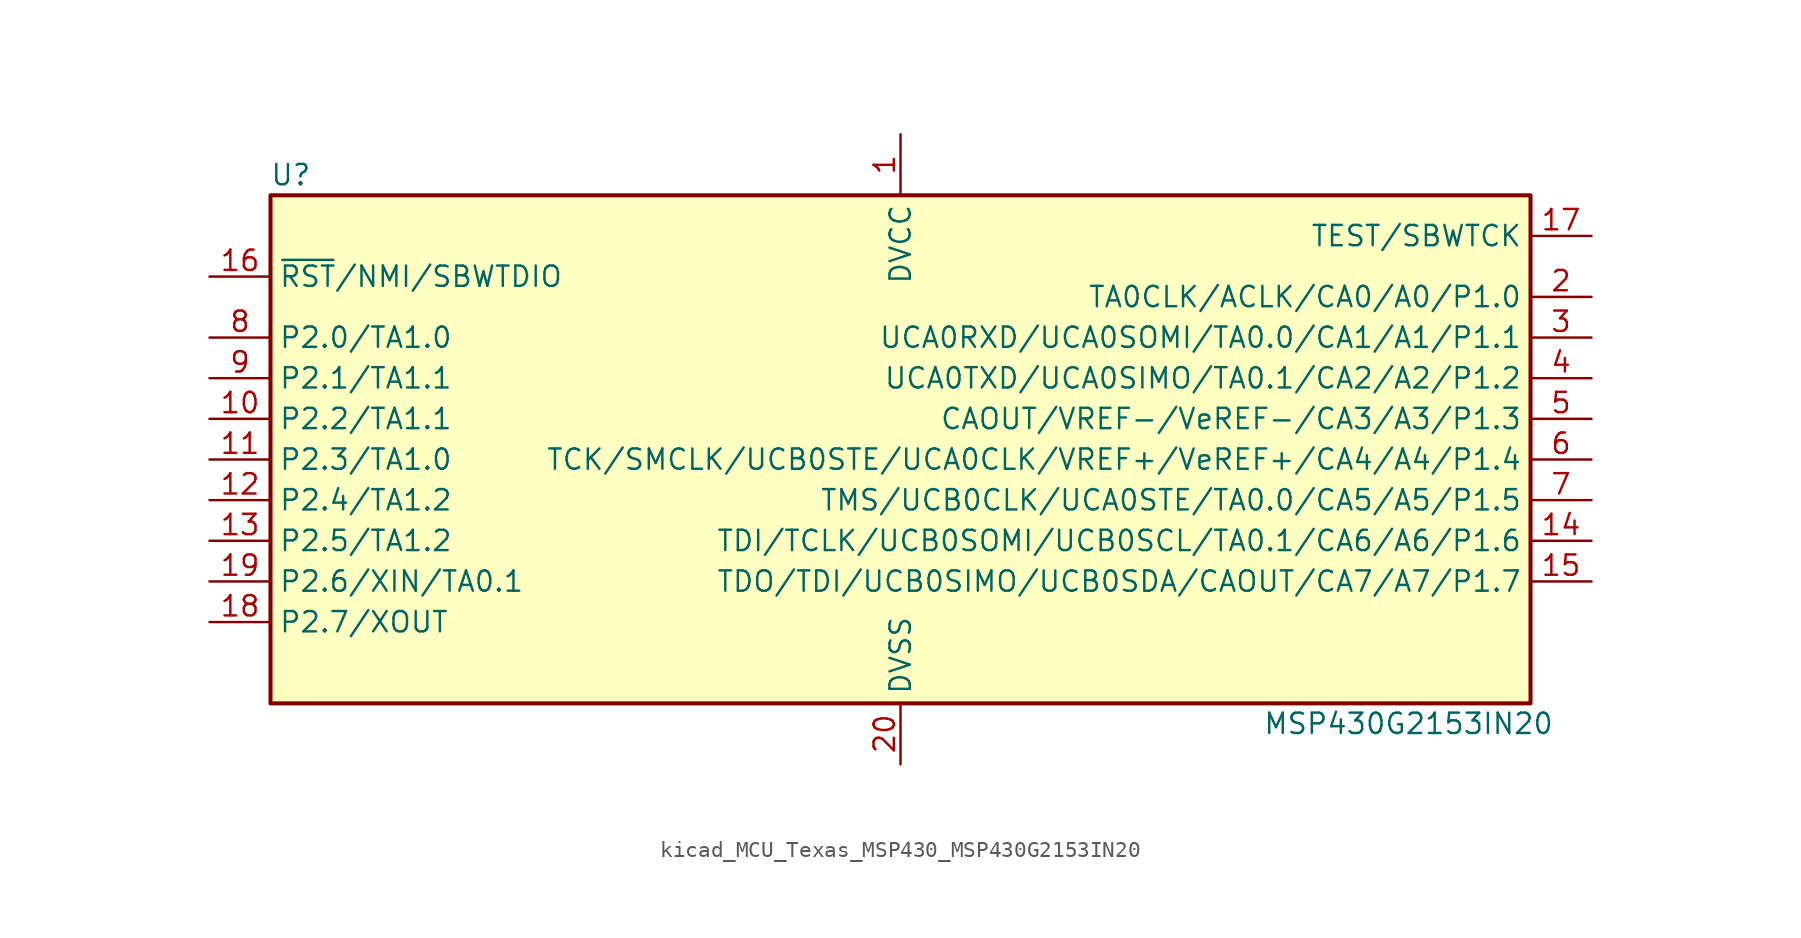
<source format=kicad_sym>
(kicad_symbol_lib
  (version 20220914)
  (generator kicad_symbol_editor)
  (symbol "kicad_MCU_Texas_MSP430_MSP430G2153IN20"
    (property "Reference" "U"
      (at -38.1 17.78 0)
      (effects (font (size 1.27 1.27))))
    (property "Value" "MSP430G2153IN20"
      (at 31.75 -16.51 0)
      (effects (font (size 1.27 1.27))))
    (symbol "kicad_MCU_Texas_MSP430_MSP430G2153IN20_0_1"
      (rectangle (start -39.37 16.51) (end 39.37 -15.24) (stroke (width 0.254) (type default)) (fill (type background))))
    (symbol "kicad_MCU_Texas_MSP430_MSP430G2153IN20_1_1"
      (pin power_in line (at 0 20.32 270) (length 3.81) (name "DVCC" (effects (font (size 1.27 1.27)))) (number "1" (effects (font (size 1.27 1.27)))))
      (pin bidirectional line (at -43.18 2.54 0) (length 3.81) (name "P2.2/TA1.1" (effects (font (size 1.27 1.27)))) (number "10" (effects (font (size 1.27 1.27)))))
      (pin bidirectional line (at -43.18 0 0) (length 3.81) (name "P2.3/TA1.0" (effects (font (size 1.27 1.27)))) (number "11" (effects (font (size 1.27 1.27)))))
      (pin bidirectional line (at -43.18 -2.54 0) (length 3.81) (name "P2.4/TA1.2" (effects (font (size 1.27 1.27)))) (number "12" (effects (font (size 1.27 1.27)))))
      (pin bidirectional line (at -43.18 -5.08 0) (length 3.81) (name "P2.5/TA1.2" (effects (font (size 1.27 1.27)))) (number "13" (effects (font (size 1.27 1.27)))))
      (pin bidirectional line (at 43.18 -5.08 180) (length 3.81) (name "TDI/TCLK/UCB0SOMI/UCB0SCL/TA0.1/CA6/A6/P1.6" (effects (font (size 1.27 1.27)))) (number "14" (effects (font (size 1.27 1.27)))))
      (pin bidirectional line (at 43.18 -7.62 180) (length 3.81) (name "TDO/TDI/UCB0SIMO/UCB0SDA/CAOUT/CA7/A7/P1.7" (effects (font (size 1.27 1.27)))) (number "15" (effects (font (size 1.27 1.27)))))
      (pin input line (at -43.18 11.43 0) (length 3.81) (name "~{RST}/NMI/SBWTDIO" (effects (font (size 1.27 1.27)))) (number "16" (effects (font (size 1.27 1.27)))))
      (pin input line (at 43.18 13.97 180) (length 3.81) (name "TEST/SBWTCK" (effects (font (size 1.27 1.27)))) (number "17" (effects (font (size 1.27 1.27)))))
      (pin bidirectional line (at -43.18 -10.16 0) (length 3.81) (name "P2.7/XOUT" (effects (font (size 1.27 1.27)))) (number "18" (effects (font (size 1.27 1.27)))))
      (pin bidirectional line (at -43.18 -7.62 0) (length 3.81) (name "P2.6/XIN/TA0.1" (effects (font (size 1.27 1.27)))) (number "19" (effects (font (size 1.27 1.27)))))
      (pin bidirectional line (at 43.18 10.16 180) (length 3.81) (name "TA0CLK/ACLK/CA0/A0/P1.0" (effects (font (size 1.27 1.27)))) (number "2" (effects (font (size 1.27 1.27)))))
      (pin power_in line (at 0 -19.05 90) (length 3.81) (name "DVSS" (effects (font (size 1.27 1.27)))) (number "20" (effects (font (size 1.27 1.27)))))
      (pin bidirectional line (at 43.18 7.62 180) (length 3.81) (name "UCA0RXD/UCA0SOMI/TA0.0/CA1/A1/P1.1" (effects (font (size 1.27 1.27)))) (number "3" (effects (font (size 1.27 1.27)))))
      (pin bidirectional line (at 43.18 5.08 180) (length 3.81) (name "UCA0TXD/UCA0SIMO/TA0.1/CA2/A2/P1.2" (effects (font (size 1.27 1.27)))) (number "4" (effects (font (size 1.27 1.27)))))
      (pin bidirectional line (at 43.18 2.54 180) (length 3.81) (name "CAOUT/VREF-/VeREF-/CA3/A3/P1.3" (effects (font (size 1.27 1.27)))) (number "5" (effects (font (size 1.27 1.27)))))
      (pin bidirectional line (at 43.18 0 180) (length 3.81) (name "TCK/SMCLK/UCB0STE/UCA0CLK/VREF+/VeREF+/CA4/A4/P1.4" (effects (font (size 1.27 1.27)))) (number "6" (effects (font (size 1.27 1.27)))))
      (pin bidirectional line (at 43.18 -2.54 180) (length 3.81) (name "TMS/UCB0CLK/UCA0STE/TA0.0/CA5/A5/P1.5" (effects (font (size 1.27 1.27)))) (number "7" (effects (font (size 1.27 1.27)))))
      (pin bidirectional line (at -43.18 7.62 0) (length 3.81) (name "P2.0/TA1.0" (effects (font (size 1.27 1.27)))) (number "8" (effects (font (size 1.27 1.27)))))
      (pin bidirectional line (at -43.18 5.08 0) (length 3.81) (name "P2.1/TA1.1" (effects (font (size 1.27 1.27)))) (number "9" (effects (font (size 1.27 1.27))))))))
</source>
